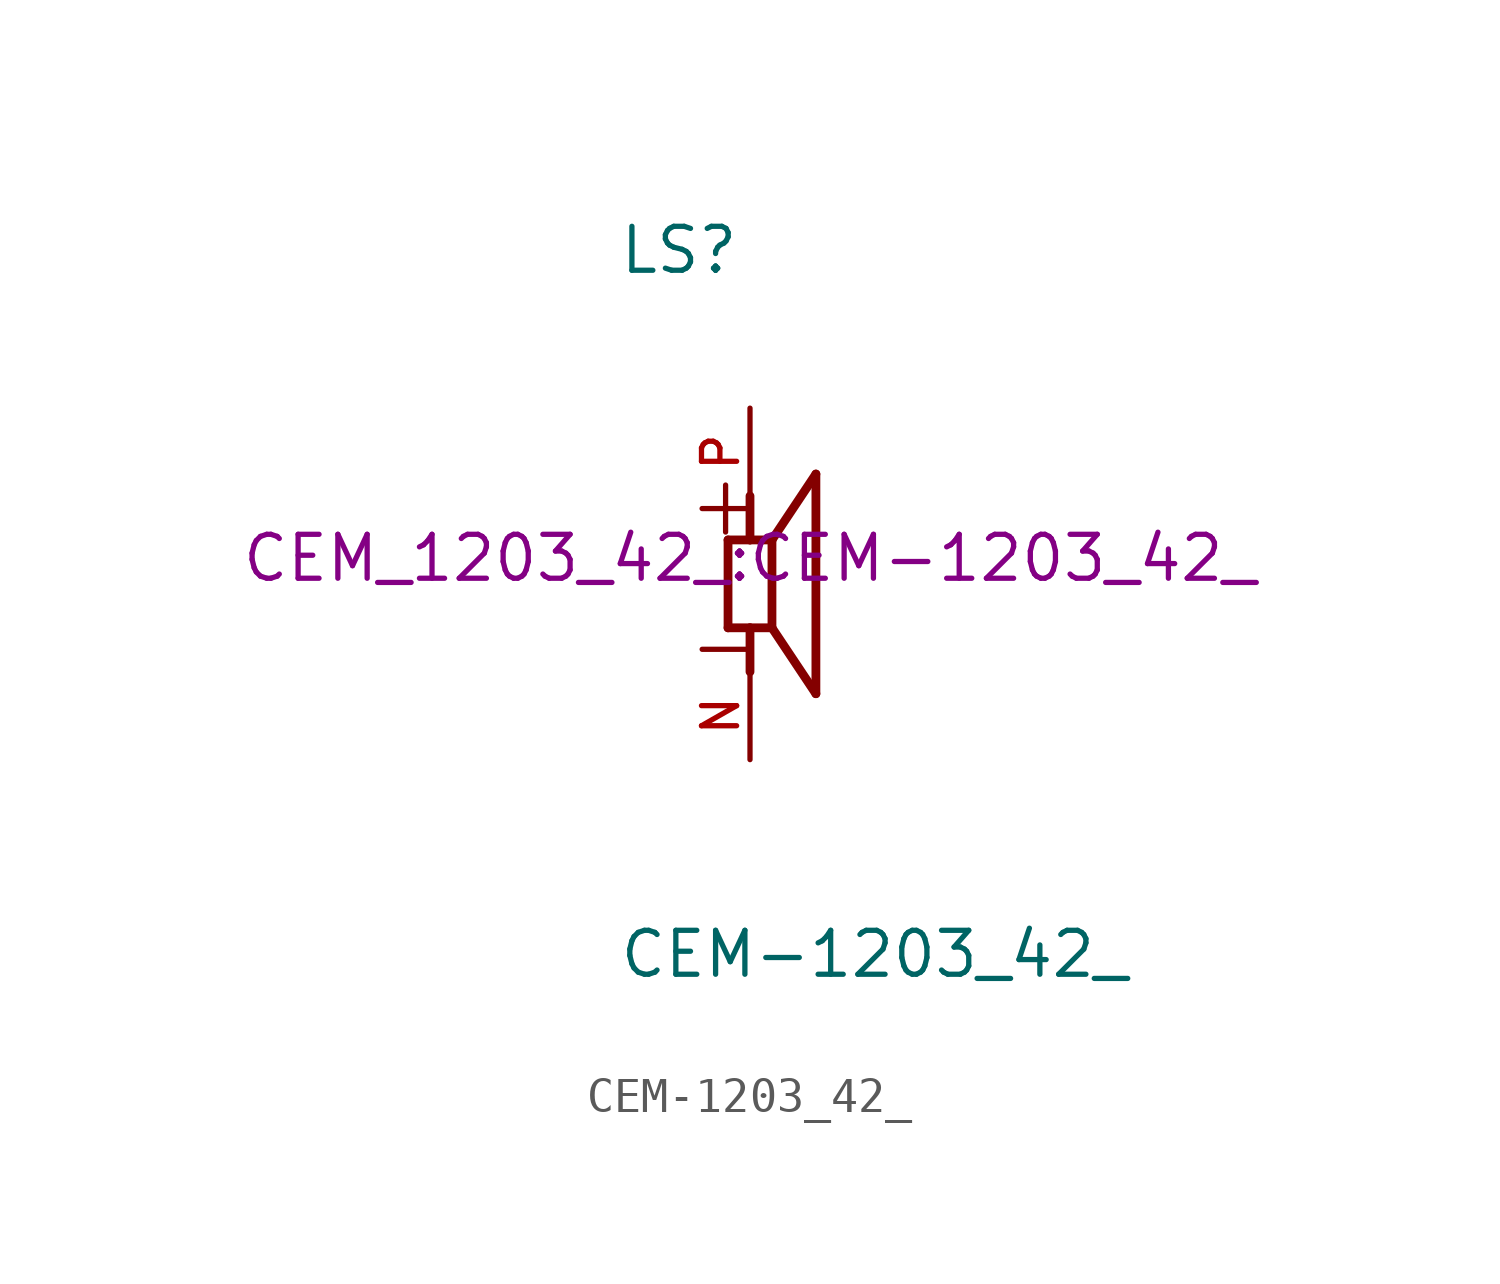
<source format=kicad_sym>
(kicad_symbol_lib
  (version 20241209)
  (generator "kicad_symbol_editor")
  (generator_version "9.0")
  (symbol "CEM-1203_42_"
    (pin_names
      (offset 1.016))
    (property "Reference" "LS"
      (at -3.816 8.903 0)
      (effects (font (size 1.27 1.27)) (justify left bottom)))
    (property "Value" "CEM-1203_42_"
      (at -3.816 -11.447 0)
      (effects (font (size 1.27 1.27)) (justify left bottom)))
    (property "Footprint" "CEM_1203_42_:CEM-1203_42_"
      (at 0 0 0)
      (effects (font (size 1.27 1.27)) (justify bottom)))
    (symbol "CEM-1203_42__0_0"
      (polyline (pts (xy -0.635 1.27) (xy 0 1.27)) (stroke (width 0.254) (type default)) (fill (type none)))
      (polyline (pts (xy -0.635 -1.27) (xy -0.635 1.27)) (stroke (width 0.254) (type default)) (fill (type none)))
      (polyline (pts (xy 0 1.27) (xy 0 2.54)) (stroke (width 0.254) (type default)) (fill (type none)))
      (polyline (pts (xy 0 1.27) (xy 0.635 1.27)) (stroke (width 0.254) (type default)) (fill (type none)))
      (polyline (pts (xy 0 -1.27) (xy -0.635 -1.27)) (stroke (width 0.254) (type default)) (fill (type none)))
      (polyline (pts (xy 0 -1.27) (xy 0 -2.54)) (stroke (width 0.254) (type default)) (fill (type none)))
      (polyline (pts (xy 0.635 1.27) (xy 0.635 -1.27)) (stroke (width 0.254) (type default)) (fill (type none)))
      (polyline (pts (xy 0.635 1.27) (xy 1.905 3.175)) (stroke (width 0.254) (type default)) (fill (type none)))
      (polyline (pts (xy 0.635 -1.27) (xy 0 -1.27)) (stroke (width 0.254) (type default)) (fill (type none)))
      (polyline (pts (xy 1.905 3.175) (xy 1.905 -3.175)) (stroke (width 0.254) (type default)) (fill (type none)))
      (polyline (pts (xy 1.905 -3.175) (xy 0.635 -1.27)) (stroke (width 0.254) (type default)) (fill (type none)))
      (text "+" (at -1.909 1.273 0) (effects (font (size 1.782 1.782)) (justify left bottom)))
      (text "-" (at -1.907 -2.795 0) (effects (font (size 1.78 1.78)) (justify left bottom)))
      (pin passive line (at 0 5.08 270) (length 2.54) (name "~" (effects (font (size 1.016 1.016)))) (number "P" (effects (font (size 1.016 1.016)))))
      (pin passive line (at 0 -5.08 90) (length 2.54) (name "~" (effects (font (size 1.016 1.016)))) (number "N" (effects (font (size 1.016 1.016))))))))
</source>
